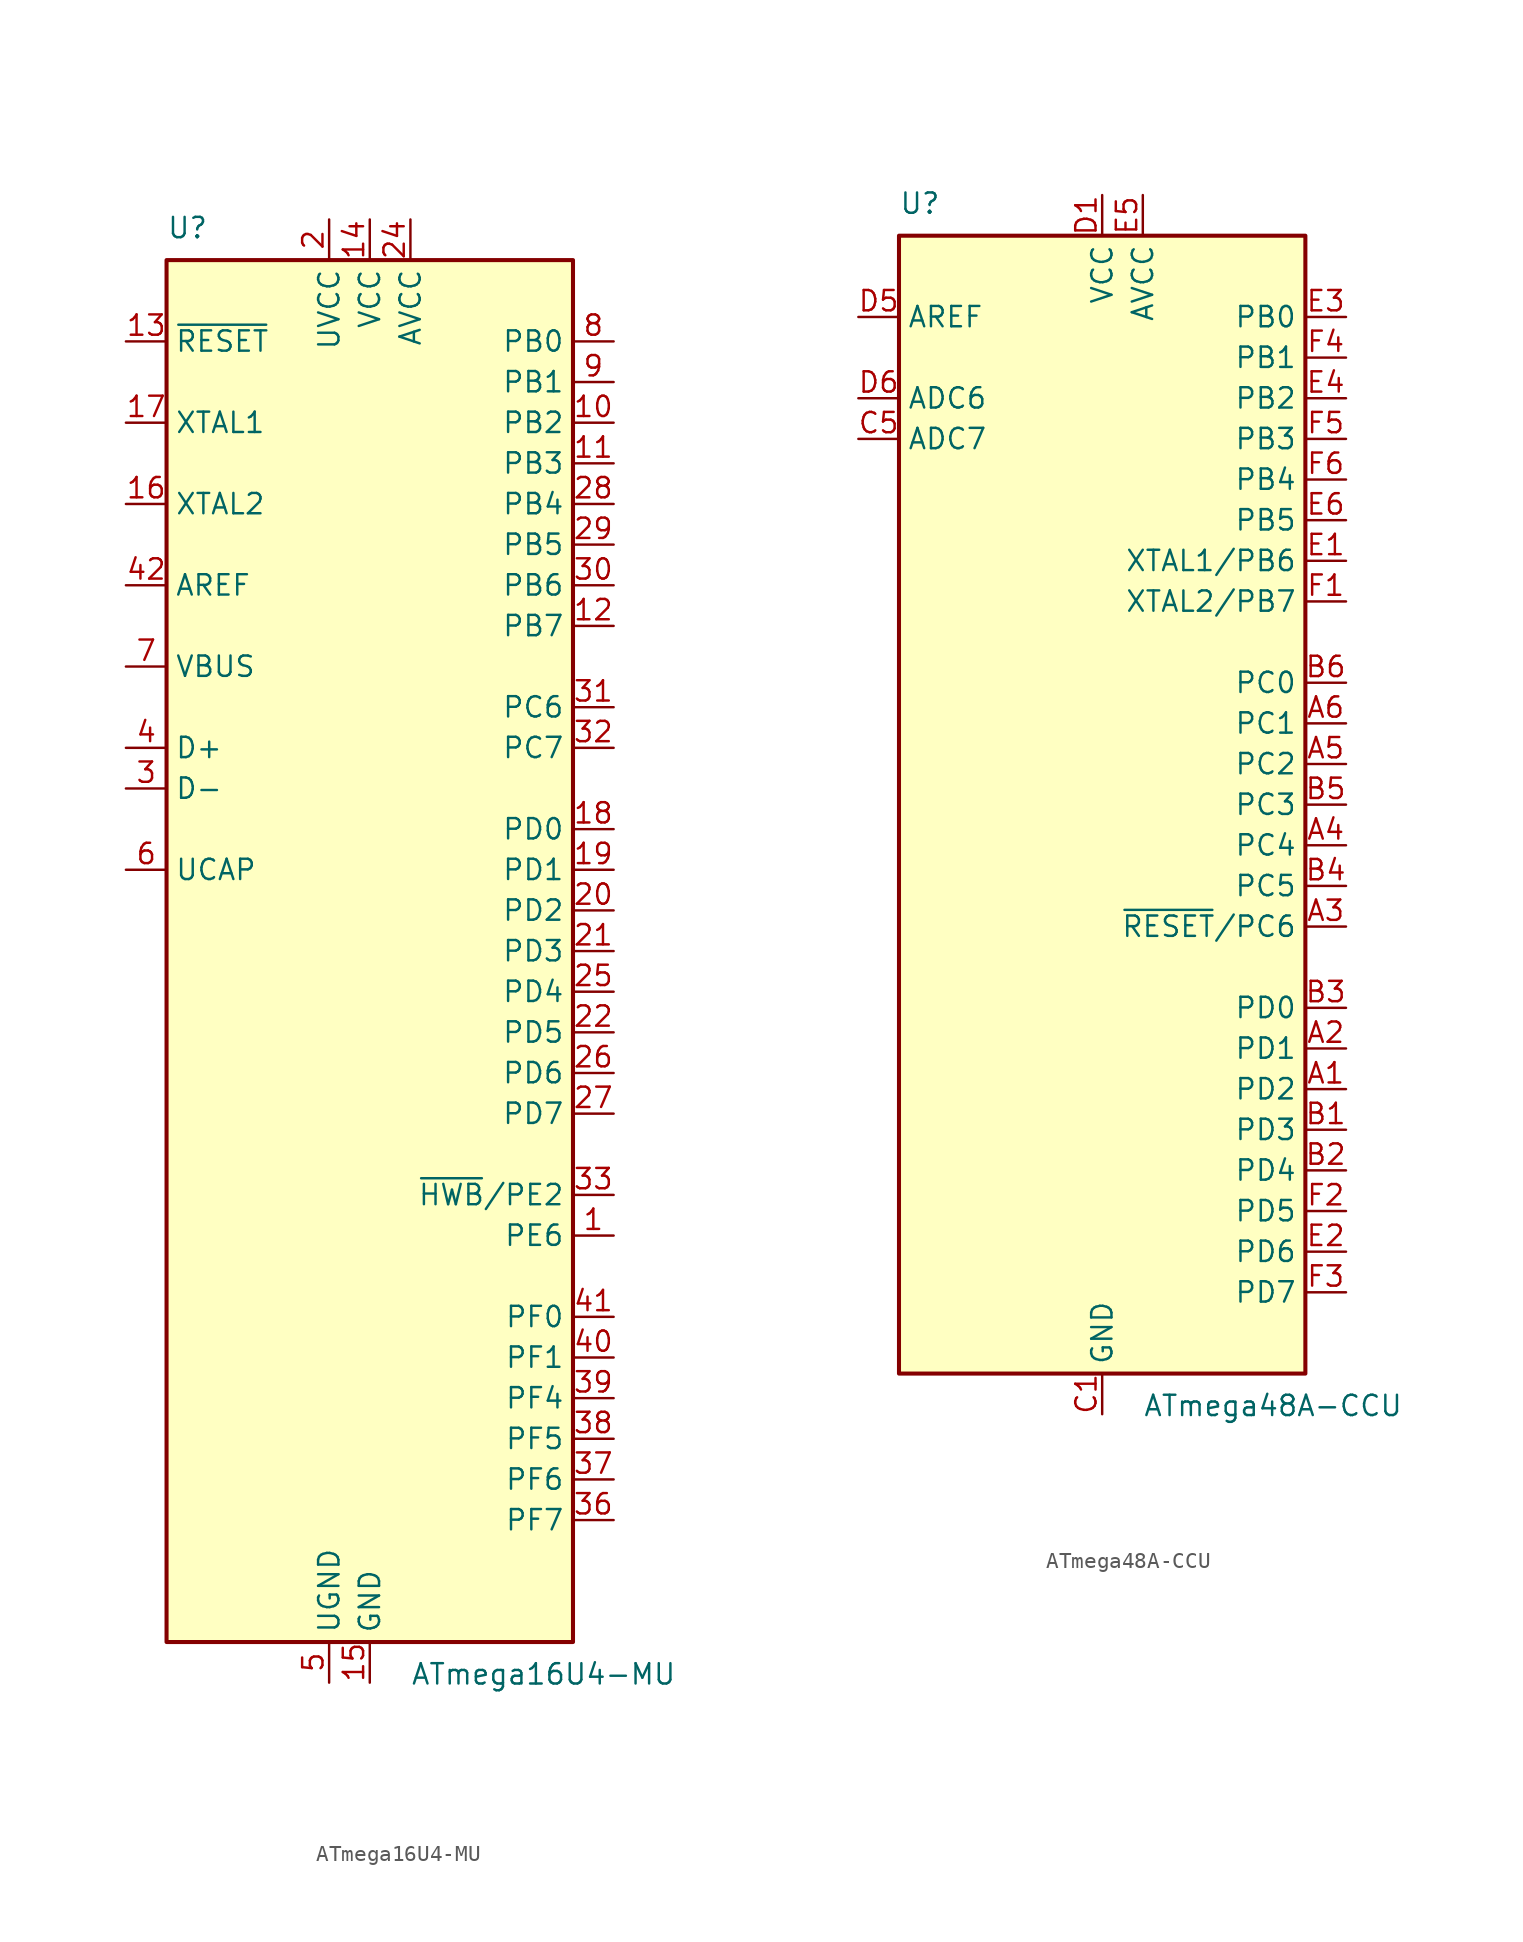
<source format=kicad_sym>
(kicad_symbol_lib
  (version 20201005)
  (generator kicad_symbol_editor)
  (symbol "ATmega16U4-MU"
    (property "Reference" "U"
      (at -12.7 44.45 0)
      (effects (font (size 1.27 1.27)) (justify left bottom)))
    (property "Value" "ATmega16U4-MU"
      (at 2.54 -44.45 0)
      (effects (font (size 1.27 1.27)) (justify left top)))
    (symbol "ATmega16U4-MU_0_1"
      (rectangle (start -12.7 -43.18) (end 12.7 43.18) (stroke (width 0.254)) (fill (type background))))
    (symbol "ATmega16U4-MU_1_1"
      (pin tri_state line (at 15.24 -17.78 180) (length 2.54) (name "PE6" (effects (font (size 1.27 1.27)))) (number "1" (effects (font (size 1.27 1.27)))))
      (pin tri_state line (at 15.24 33.02 180) (length 2.54) (name "PB2" (effects (font (size 1.27 1.27)))) (number "10" (effects (font (size 1.27 1.27)))))
      (pin tri_state line (at 15.24 30.48 180) (length 2.54) (name "PB3" (effects (font (size 1.27 1.27)))) (number "11" (effects (font (size 1.27 1.27)))))
      (pin tri_state line (at 15.24 20.32 180) (length 2.54) (name "PB7" (effects (font (size 1.27 1.27)))) (number "12" (effects (font (size 1.27 1.27)))))
      (pin input line (at -15.24 38.1 0) (length 2.54) (name "~RESET" (effects (font (size 1.27 1.27)))) (number "13" (effects (font (size 1.27 1.27)))))
      (pin power_in line (at 0 45.72 270) (length 2.54) (name "VCC" (effects (font (size 1.27 1.27)))) (number "14" (effects (font (size 1.27 1.27)))))
      (pin power_in line (at 0 -45.72 90) (length 2.54) (name "GND" (effects (font (size 1.27 1.27)))) (number "15" (effects (font (size 1.27 1.27)))))
      (pin output line (at -15.24 27.94 0) (length 2.54) (name "XTAL2" (effects (font (size 1.27 1.27)))) (number "16" (effects (font (size 1.27 1.27)))))
      (pin input line (at -15.24 33.02 0) (length 2.54) (name "XTAL1" (effects (font (size 1.27 1.27)))) (number "17" (effects (font (size 1.27 1.27)))))
      (pin tri_state line (at 15.24 7.62 180) (length 2.54) (name "PD0" (effects (font (size 1.27 1.27)))) (number "18" (effects (font (size 1.27 1.27)))))
      (pin tri_state line (at 15.24 5.08 180) (length 2.54) (name "PD1" (effects (font (size 1.27 1.27)))) (number "19" (effects (font (size 1.27 1.27)))))
      (pin power_in line (at -2.54 45.72 270) (length 2.54) (name "UVCC" (effects (font (size 1.27 1.27)))) (number "2" (effects (font (size 1.27 1.27)))))
      (pin tri_state line (at 15.24 2.54 180) (length 2.54) (name "PD2" (effects (font (size 1.27 1.27)))) (number "20" (effects (font (size 1.27 1.27)))))
      (pin tri_state line (at 15.24 0 180) (length 2.54) (name "PD3" (effects (font (size 1.27 1.27)))) (number "21" (effects (font (size 1.27 1.27)))))
      (pin tri_state line (at 15.24 -5.08 180) (length 2.54) (name "PD5" (effects (font (size 1.27 1.27)))) (number "22" (effects (font (size 1.27 1.27)))))
      (pin passive line (at 0 -45.72 90) (length 2.54) hide (name "GND" (effects (font (size 1.27 1.27)))) (number "23" (effects (font (size 1.27 1.27)))))
      (pin power_in line (at 2.54 45.72 270) (length 2.54) (name "AVCC" (effects (font (size 1.27 1.27)))) (number "24" (effects (font (size 1.27 1.27)))))
      (pin tri_state line (at 15.24 -2.54 180) (length 2.54) (name "PD4" (effects (font (size 1.27 1.27)))) (number "25" (effects (font (size 1.27 1.27)))))
      (pin tri_state line (at 15.24 -7.62 180) (length 2.54) (name "PD6" (effects (font (size 1.27 1.27)))) (number "26" (effects (font (size 1.27 1.27)))))
      (pin tri_state line (at 15.24 -10.16 180) (length 2.54) (name "PD7" (effects (font (size 1.27 1.27)))) (number "27" (effects (font (size 1.27 1.27)))))
      (pin tri_state line (at 15.24 27.94 180) (length 2.54) (name "PB4" (effects (font (size 1.27 1.27)))) (number "28" (effects (font (size 1.27 1.27)))))
      (pin tri_state line (at 15.24 25.4 180) (length 2.54) (name "PB5" (effects (font (size 1.27 1.27)))) (number "29" (effects (font (size 1.27 1.27)))))
      (pin bidirectional line (at -15.24 10.16 0) (length 2.54) (name "D-" (effects (font (size 1.27 1.27)))) (number "3" (effects (font (size 1.27 1.27)))))
      (pin tri_state line (at 15.24 22.86 180) (length 2.54) (name "PB6" (effects (font (size 1.27 1.27)))) (number "30" (effects (font (size 1.27 1.27)))))
      (pin tri_state line (at 15.24 15.24 180) (length 2.54) (name "PC6" (effects (font (size 1.27 1.27)))) (number "31" (effects (font (size 1.27 1.27)))))
      (pin tri_state line (at 15.24 12.7 180) (length 2.54) (name "PC7" (effects (font (size 1.27 1.27)))) (number "32" (effects (font (size 1.27 1.27)))))
      (pin tri_state line (at 15.24 -15.24 180) (length 2.54) (name "~HWB~/PE2" (effects (font (size 1.27 1.27)))) (number "33" (effects (font (size 1.27 1.27)))))
      (pin passive line (at 0 45.72 270) (length 2.54) hide (name "VCC" (effects (font (size 1.27 1.27)))) (number "34" (effects (font (size 1.27 1.27)))))
      (pin passive line (at 0 -45.72 90) (length 2.54) hide (name "GND" (effects (font (size 1.27 1.27)))) (number "35" (effects (font (size 1.27 1.27)))))
      (pin tri_state line (at 15.24 -35.56 180) (length 2.54) (name "PF7" (effects (font (size 1.27 1.27)))) (number "36" (effects (font (size 1.27 1.27)))))
      (pin tri_state line (at 15.24 -33.02 180) (length 2.54) (name "PF6" (effects (font (size 1.27 1.27)))) (number "37" (effects (font (size 1.27 1.27)))))
      (pin tri_state line (at 15.24 -30.48 180) (length 2.54) (name "PF5" (effects (font (size 1.27 1.27)))) (number "38" (effects (font (size 1.27 1.27)))))
      (pin tri_state line (at 15.24 -27.94 180) (length 2.54) (name "PF4" (effects (font (size 1.27 1.27)))) (number "39" (effects (font (size 1.27 1.27)))))
      (pin bidirectional line (at -15.24 12.7 0) (length 2.54) (name "D+" (effects (font (size 1.27 1.27)))) (number "4" (effects (font (size 1.27 1.27)))))
      (pin tri_state line (at 15.24 -25.4 180) (length 2.54) (name "PF1" (effects (font (size 1.27 1.27)))) (number "40" (effects (font (size 1.27 1.27)))))
      (pin tri_state line (at 15.24 -22.86 180) (length 2.54) (name "PF0" (effects (font (size 1.27 1.27)))) (number "41" (effects (font (size 1.27 1.27)))))
      (pin passive line (at -15.24 22.86 0) (length 2.54) (name "AREF" (effects (font (size 1.27 1.27)))) (number "42" (effects (font (size 1.27 1.27)))))
      (pin passive line (at 0 -45.72 90) (length 2.54) hide (name "GND" (effects (font (size 1.27 1.27)))) (number "43" (effects (font (size 1.27 1.27)))))
      (pin passive line (at 2.54 45.72 270) (length 2.54) hide (name "AVCC" (effects (font (size 1.27 1.27)))) (number "44" (effects (font (size 1.27 1.27)))))
      (pin passive line (at 0 -45.72 90) (length 2.54) hide (name "GND" (effects (font (size 1.27 1.27)))) (number "45" (effects (font (size 1.27 1.27)))))
      (pin passive line (at -2.54 -45.72 90) (length 2.54) (name "UGND" (effects (font (size 1.27 1.27)))) (number "5" (effects (font (size 1.27 1.27)))))
      (pin passive line (at -15.24 5.08 0) (length 2.54) (name "UCAP" (effects (font (size 1.27 1.27)))) (number "6" (effects (font (size 1.27 1.27)))))
      (pin input line (at -15.24 17.78 0) (length 2.54) (name "VBUS" (effects (font (size 1.27 1.27)))) (number "7" (effects (font (size 1.27 1.27)))))
      (pin tri_state line (at 15.24 38.1 180) (length 2.54) (name "PB0" (effects (font (size 1.27 1.27)))) (number "8" (effects (font (size 1.27 1.27)))))
      (pin tri_state line (at 15.24 35.56 180) (length 2.54) (name "PB1" (effects (font (size 1.27 1.27)))) (number "9" (effects (font (size 1.27 1.27)))))))
  (symbol "ATmega48A-CCU"
    (property "Reference" "U"
      (at -12.7 36.83 0)
      (effects (font (size 1.27 1.27)) (justify left bottom)))
    (property "Value" "ATmega48A-CCU"
      (at 2.54 -36.83 0)
      (effects (font (size 1.27 1.27)) (justify left top)))
    (symbol "ATmega48A-CCU_0_1"
      (rectangle (start -12.7 -35.56) (end 12.7 35.56) (stroke (width 0.254)) (fill (type background))))
    (symbol "ATmega48A-CCU_1_1"
      (pin tri_state line (at 15.24 -17.78 180) (length 2.54) (name "PD2" (effects (font (size 1.27 1.27)))) (number "A1" (effects (font (size 1.27 1.27)))))
      (pin tri_state line (at 15.24 -15.24 180) (length 2.54) (name "PD1" (effects (font (size 1.27 1.27)))) (number "A2" (effects (font (size 1.27 1.27)))))
      (pin tri_state line (at 15.24 -7.62 180) (length 2.54) (name "~RESET~/PC6" (effects (font (size 1.27 1.27)))) (number "A3" (effects (font (size 1.27 1.27)))))
      (pin tri_state line (at 15.24 -2.54 180) (length 2.54) (name "PC4" (effects (font (size 1.27 1.27)))) (number "A4" (effects (font (size 1.27 1.27)))))
      (pin tri_state line (at 15.24 2.54 180) (length 2.54) (name "PC2" (effects (font (size 1.27 1.27)))) (number "A5" (effects (font (size 1.27 1.27)))))
      (pin tri_state line (at 15.24 5.08 180) (length 2.54) (name "PC1" (effects (font (size 1.27 1.27)))) (number "A6" (effects (font (size 1.27 1.27)))))
      (pin tri_state line (at 15.24 -20.32 180) (length 2.54) (name "PD3" (effects (font (size 1.27 1.27)))) (number "B1" (effects (font (size 1.27 1.27)))))
      (pin tri_state line (at 15.24 -22.86 180) (length 2.54) (name "PD4" (effects (font (size 1.27 1.27)))) (number "B2" (effects (font (size 1.27 1.27)))))
      (pin tri_state line (at 15.24 -12.7 180) (length 2.54) (name "PD0" (effects (font (size 1.27 1.27)))) (number "B3" (effects (font (size 1.27 1.27)))))
      (pin tri_state line (at 15.24 -5.08 180) (length 2.54) (name "PC5" (effects (font (size 1.27 1.27)))) (number "B4" (effects (font (size 1.27 1.27)))))
      (pin tri_state line (at 15.24 0 180) (length 2.54) (name "PC3" (effects (font (size 1.27 1.27)))) (number "B5" (effects (font (size 1.27 1.27)))))
      (pin tri_state line (at 15.24 7.62 180) (length 2.54) (name "PC0" (effects (font (size 1.27 1.27)))) (number "B6" (effects (font (size 1.27 1.27)))))
      (pin power_in line (at 0 -38.1 90) (length 2.54) (name "GND" (effects (font (size 1.27 1.27)))) (number "C1" (effects (font (size 1.27 1.27)))))
      (pin passive line (at 0 -38.1 90) (length 2.54) hide (name "GND" (effects (font (size 1.27 1.27)))) (number "C2" (effects (font (size 1.27 1.27)))))
      (pin input line (at -15.24 22.86 0) (length 2.54) (name "ADC7" (effects (font (size 1.27 1.27)))) (number "C5" (effects (font (size 1.27 1.27)))))
      (pin passive line (at 0 -38.1 90) (length 2.54) hide (name "GND" (effects (font (size 1.27 1.27)))) (number "C6" (effects (font (size 1.27 1.27)))))
      (pin power_in line (at 0 38.1 270) (length 2.54) (name "VCC" (effects (font (size 1.27 1.27)))) (number "D1" (effects (font (size 1.27 1.27)))))
      (pin passive line (at 0 38.1 270) (length 2.54) hide (name "VCC" (effects (font (size 1.27 1.27)))) (number "D2" (effects (font (size 1.27 1.27)))))
      (pin passive line (at -15.24 30.48 0) (length 2.54) (name "AREF" (effects (font (size 1.27 1.27)))) (number "D5" (effects (font (size 1.27 1.27)))))
      (pin input line (at -15.24 25.4 0) (length 2.54) (name "ADC6" (effects (font (size 1.27 1.27)))) (number "D6" (effects (font (size 1.27 1.27)))))
      (pin tri_state line (at 15.24 15.24 180) (length 2.54) (name "XTAL1/PB6" (effects (font (size 1.27 1.27)))) (number "E1" (effects (font (size 1.27 1.27)))))
      (pin tri_state line (at 15.24 -27.94 180) (length 2.54) (name "PD6" (effects (font (size 1.27 1.27)))) (number "E2" (effects (font (size 1.27 1.27)))))
      (pin tri_state line (at 15.24 30.48 180) (length 2.54) (name "PB0" (effects (font (size 1.27 1.27)))) (number "E3" (effects (font (size 1.27 1.27)))))
      (pin tri_state line (at 15.24 25.4 180) (length 2.54) (name "PB2" (effects (font (size 1.27 1.27)))) (number "E4" (effects (font (size 1.27 1.27)))))
      (pin power_in line (at 2.54 38.1 270) (length 2.54) (name "AVCC" (effects (font (size 1.27 1.27)))) (number "E5" (effects (font (size 1.27 1.27)))))
      (pin tri_state line (at 15.24 17.78 180) (length 2.54) (name "PB5" (effects (font (size 1.27 1.27)))) (number "E6" (effects (font (size 1.27 1.27)))))
      (pin tri_state line (at 15.24 12.7 180) (length 2.54) (name "XTAL2/PB7" (effects (font (size 1.27 1.27)))) (number "F1" (effects (font (size 1.27 1.27)))))
      (pin tri_state line (at 15.24 -25.4 180) (length 2.54) (name "PD5" (effects (font (size 1.27 1.27)))) (number "F2" (effects (font (size 1.27 1.27)))))
      (pin tri_state line (at 15.24 -30.48 180) (length 2.54) (name "PD7" (effects (font (size 1.27 1.27)))) (number "F3" (effects (font (size 1.27 1.27)))))
      (pin tri_state line (at 15.24 27.94 180) (length 2.54) (name "PB1" (effects (font (size 1.27 1.27)))) (number "F4" (effects (font (size 1.27 1.27)))))
      (pin tri_state line (at 15.24 22.86 180) (length 2.54) (name "PB3" (effects (font (size 1.27 1.27)))) (number "F5" (effects (font (size 1.27 1.27)))))
      (pin tri_state line (at 15.24 20.32 180) (length 2.54) (name "PB4" (effects (font (size 1.27 1.27)))) (number "F6" (effects (font (size 1.27 1.27))))))))
</source>
